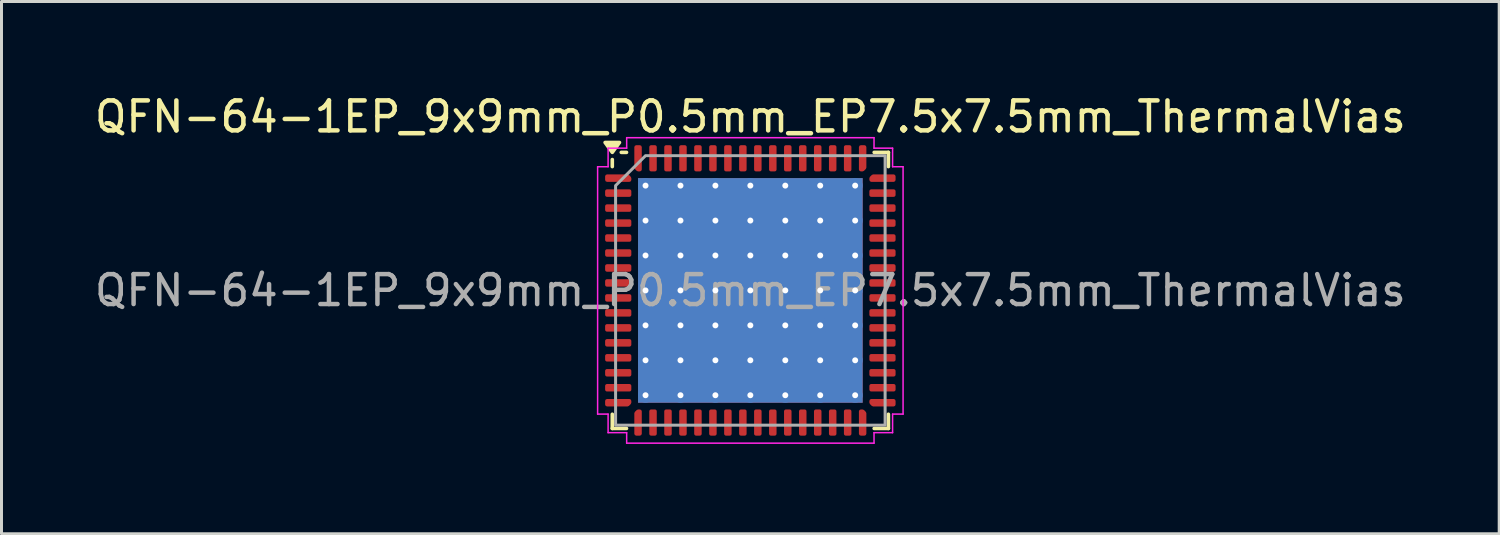
<source format=kicad_pcb>
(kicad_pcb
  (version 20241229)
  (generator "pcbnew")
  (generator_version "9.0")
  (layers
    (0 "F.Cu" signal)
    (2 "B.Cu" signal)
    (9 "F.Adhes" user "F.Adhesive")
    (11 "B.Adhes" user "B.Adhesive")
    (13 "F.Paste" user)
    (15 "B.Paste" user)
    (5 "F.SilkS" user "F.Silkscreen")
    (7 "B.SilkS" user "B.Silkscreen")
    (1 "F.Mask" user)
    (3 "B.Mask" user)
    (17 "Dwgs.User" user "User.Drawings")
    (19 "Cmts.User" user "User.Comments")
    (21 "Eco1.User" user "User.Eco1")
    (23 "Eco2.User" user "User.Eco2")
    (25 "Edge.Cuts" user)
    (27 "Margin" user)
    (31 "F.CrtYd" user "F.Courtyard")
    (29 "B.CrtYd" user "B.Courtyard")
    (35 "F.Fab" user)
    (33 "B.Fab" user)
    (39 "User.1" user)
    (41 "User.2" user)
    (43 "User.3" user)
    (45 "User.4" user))
  (footprint "QFN-64-1EP_9x9mm_P0.5mm_EP7.5x7.5mm_ThermalVias"
    (layer "F.Cu")
    (at 22.006 6.648)
    (property "Reference" "QFN-64-1EP_9x9mm_P0.5mm_EP7.5x7.5mm_ThermalVias" (at 0 -5.8 0) (layer "F.SilkS") (effects (font (size 1 1) (thickness 0.15))))
    (attr smd)
    (fp_line (start -4.61 -4.135) (end -4.61 -4.37) (stroke (width 0.12) (type solid)) (layer "F.SilkS"))
    (fp_line (start -4.61 4.61) (end -4.61 4.135) (stroke (width 0.12) (type solid)) (layer "F.SilkS"))
    (fp_line (start -4.135 -4.61) (end -4.31 -4.61) (stroke (width 0.12) (type solid)) (layer "F.SilkS"))
    (fp_line (start -4.135 4.61) (end -4.61 4.61) (stroke (width 0.12) (type solid)) (layer "F.SilkS"))
    (fp_line (start 4.135 -4.61) (end 4.61 -4.61) (stroke (width 0.12) (type solid)) (layer "F.SilkS"))
    (fp_line (start 4.135 4.61) (end 4.61 4.61) (stroke (width 0.12) (type solid)) (layer "F.SilkS"))
    (fp_line (start 4.61 -4.61) (end 4.61 -4.135) (stroke (width 0.12) (type solid)) (layer "F.SilkS"))
    (fp_line (start 4.61 4.61) (end 4.61 4.135) (stroke (width 0.12) (type solid)) (layer "F.SilkS"))
    (fp_poly (pts (xy -4.61 -4.61) (xy -4.85 -4.94) (xy -4.37 -4.94)) (stroke (width 0.12) (type solid)) (fill yes) (layer "F.SilkS"))
    (fp_line (start -5.1 -4.13) (end -4.75 -4.13) (stroke (width 0.05) (type solid)) (layer "F.CrtYd"))
    (fp_line (start -5.1 4.13) (end -5.1 -4.13) (stroke (width 0.05) (type solid)) (layer "F.CrtYd"))
    (fp_line (start -4.75 -4.75) (end -4.13 -4.75) (stroke (width 0.05) (type solid)) (layer "F.CrtYd"))
    (fp_line (start -4.75 -4.13) (end -4.75 -4.75) (stroke (width 0.05) (type solid)) (layer "F.CrtYd"))
    (fp_line (start -4.75 4.13) (end -5.1 4.13) (stroke (width 0.05) (type solid)) (layer "F.CrtYd"))
    (fp_line (start -4.75 4.75) (end -4.75 4.13) (stroke (width 0.05) (type solid)) (layer "F.CrtYd"))
    (fp_line (start -4.13 -5.1) (end 4.13 -5.1) (stroke (width 0.05) (type solid)) (layer "F.CrtYd"))
    (fp_line (start -4.13 -4.75) (end -4.13 -5.1) (stroke (width 0.05) (type solid)) (layer "F.CrtYd"))
    (fp_line (start -4.13 4.75) (end -4.75 4.75) (stroke (width 0.05) (type solid)) (layer "F.CrtYd"))
    (fp_line (start -4.13 5.1) (end -4.13 4.75) (stroke (width 0.05) (type solid)) (layer "F.CrtYd"))
    (fp_line (start 4.13 -5.1) (end 4.13 -4.75) (stroke (width 0.05) (type solid)) (layer "F.CrtYd"))
    (fp_line (start 4.13 -4.75) (end 4.75 -4.75) (stroke (width 0.05) (type solid)) (layer "F.CrtYd"))
    (fp_line (start 4.13 4.75) (end 4.13 5.1) (stroke (width 0.05) (type solid)) (layer "F.CrtYd"))
    (fp_line (start 4.13 5.1) (end -4.13 5.1) (stroke (width 0.05) (type solid)) (layer "F.CrtYd"))
    (fp_line (start 4.75 -4.75) (end 4.75 -4.13) (stroke (width 0.05) (type solid)) (layer "F.CrtYd"))
    (fp_line (start 4.75 -4.13) (end 5.1 -4.13) (stroke (width 0.05) (type solid)) (layer "F.CrtYd"))
    (fp_line (start 4.75 4.13) (end 4.75 4.75) (stroke (width 0.05) (type solid)) (layer "F.CrtYd"))
    (fp_line (start 4.75 4.75) (end 4.13 4.75) (stroke (width 0.05) (type solid)) (layer "F.CrtYd"))
    (fp_line (start 5.1 -4.13) (end 5.1 4.13) (stroke (width 0.05) (type solid)) (layer "F.CrtYd"))
    (fp_line (start 5.1 4.13) (end 4.75 4.13) (stroke (width 0.05) (type solid)) (layer "F.CrtYd"))
    (fp_poly (pts (xy -4.5 -3.5) (xy -4.5 4.5) (xy 4.5 4.5) (xy 4.5 -4.5) (xy -3.5 -4.5)) (stroke (width 0.1) (type solid)) (fill no) (layer "F.Fab"))
    (fp_text user "${REFERENCE}" (at 0 0 0) (layer "F.Fab") (effects (font (size 1 1) (thickness 0.15))))
    (pad "" smd roundrect (at -3.125 -3.125) (size 1.01 1.01) (layers "F.Paste") (roundrect_rratio 0.248))
    (pad "" smd roundrect (at -3.125 -1.875) (size 1.01 1.01) (layers "F.Paste") (roundrect_rratio 0.248))
    (pad "" smd roundrect (at -3.125 -0.625) (size 1.01 1.01) (layers "F.Paste") (roundrect_rratio 0.248))
    (pad "" smd roundrect (at -3.125 0.625) (size 1.01 1.01) (layers "F.Paste") (roundrect_rratio 0.248))
    (pad "" smd roundrect (at -3.125 1.875) (size 1.01 1.01) (layers "F.Paste") (roundrect_rratio 0.248))
    (pad "" smd roundrect (at -3.125 3.125) (size 1.01 1.01) (layers "F.Paste") (roundrect_rratio 0.248))
    (pad "" smd roundrect (at -1.875 -3.125) (size 1.01 1.01) (layers "F.Paste") (roundrect_rratio 0.248))
    (pad "" smd roundrect (at -1.875 -1.875) (size 1.01 1.01) (layers "F.Paste") (roundrect_rratio 0.248))
    (pad "" smd roundrect (at -1.875 -0.625) (size 1.01 1.01) (layers "F.Paste") (roundrect_rratio 0.248))
    (pad "" smd roundrect (at -1.875 0.625) (size 1.01 1.01) (layers "F.Paste") (roundrect_rratio 0.248))
    (pad "" smd roundrect (at -1.875 1.875) (size 1.01 1.01) (layers "F.Paste") (roundrect_rratio 0.248))
    (pad "" smd roundrect (at -1.875 3.125) (size 1.01 1.01) (layers "F.Paste") (roundrect_rratio 0.248))
    (pad "" smd roundrect (at -0.625 -3.125) (size 1.01 1.01) (layers "F.Paste") (roundrect_rratio 0.248))
    (pad "" smd roundrect (at -0.625 -1.875) (size 1.01 1.01) (layers "F.Paste") (roundrect_rratio 0.248))
    (pad "" smd roundrect (at -0.625 -0.625) (size 1.01 1.01) (layers "F.Paste") (roundrect_rratio 0.248))
    (pad "" smd roundrect (at -0.625 0.625) (size 1.01 1.01) (layers "F.Paste") (roundrect_rratio 0.248))
    (pad "" smd roundrect (at -0.625 1.875) (size 1.01 1.01) (layers "F.Paste") (roundrect_rratio 0.248))
    (pad "" smd roundrect (at -0.625 3.125) (size 1.01 1.01) (layers "F.Paste") (roundrect_rratio 0.248))
    (pad "" smd roundrect (at 0.625 -3.125) (size 1.01 1.01) (layers "F.Paste") (roundrect_rratio 0.248))
    (pad "" smd roundrect (at 0.625 -1.875) (size 1.01 1.01) (layers "F.Paste") (roundrect_rratio 0.248))
    (pad "" smd roundrect (at 0.625 -0.625) (size 1.01 1.01) (layers "F.Paste") (roundrect_rratio 0.248))
    (pad "" smd roundrect (at 0.625 0.625) (size 1.01 1.01) (layers "F.Paste") (roundrect_rratio 0.248))
    (pad "" smd roundrect (at 0.625 1.875) (size 1.01 1.01) (layers "F.Paste") (roundrect_rratio 0.248))
    (pad "" smd roundrect (at 0.625 3.125) (size 1.01 1.01) (layers "F.Paste") (roundrect_rratio 0.248))
    (pad "" smd roundrect (at 1.875 -3.125) (size 1.01 1.01) (layers "F.Paste") (roundrect_rratio 0.248))
    (pad "" smd roundrect (at 1.875 -1.875) (size 1.01 1.01) (layers "F.Paste") (roundrect_rratio 0.248))
    (pad "" smd roundrect (at 1.875 -0.625) (size 1.01 1.01) (layers "F.Paste") (roundrect_rratio 0.248))
    (pad "" smd roundrect (at 1.875 0.625) (size 1.01 1.01) (layers "F.Paste") (roundrect_rratio 0.248))
    (pad "" smd roundrect (at 1.875 1.875) (size 1.01 1.01) (layers "F.Paste") (roundrect_rratio 0.248))
    (pad "" smd roundrect (at 1.875 3.125) (size 1.01 1.01) (layers "F.Paste") (roundrect_rratio 0.248))
    (pad "" smd roundrect (at 3.125 -3.125) (size 1.01 1.01) (layers "F.Paste") (roundrect_rratio 0.248))
    (pad "" smd roundrect (at 3.125 -1.875) (size 1.01 1.01) (layers "F.Paste") (roundrect_rratio 0.248))
    (pad "" smd roundrect (at 3.125 -0.625) (size 1.01 1.01) (layers "F.Paste") (roundrect_rratio 0.248))
    (pad "" smd roundrect (at 3.125 0.625) (size 1.01 1.01) (layers "F.Paste") (roundrect_rratio 0.248))
    (pad "" smd roundrect (at 3.125 1.875) (size 1.01 1.01) (layers "F.Paste") (roundrect_rratio 0.248))
    (pad "" smd roundrect (at 3.125 3.125) (size 1.01 1.01) (layers "F.Paste") (roundrect_rratio 0.248))
    (pad "1" smd custom (at -4.412 -3.75) (size 0.179 0.179) (layers "F.Cu" "F.Mask" "F.Paste") (options (anchor circle)) (primitives (gr_poly (pts (xy -0.375 -0.062) (xy 0.312 -0.062) (xy 0.375 0.001) (xy 0.375 0.062) (xy -0.375 0.062)) (width 0.125) (fill yes))))
    (pad "2" smd roundrect (at -4.412 -3.25) (size 0.875 0.25) (layers "F.Cu" "F.Mask" "F.Paste") (roundrect_rratio 0.25))
    (pad "3" smd roundrect (at -4.412 -2.75) (size 0.875 0.25) (layers "F.Cu" "F.Mask" "F.Paste") (roundrect_rratio 0.25))
    (pad "4" smd roundrect (at -4.412 -2.25) (size 0.875 0.25) (layers "F.Cu" "F.Mask" "F.Paste") (roundrect_rratio 0.25))
    (pad "5" smd roundrect (at -4.412 -1.75) (size 0.875 0.25) (layers "F.Cu" "F.Mask" "F.Paste") (roundrect_rratio 0.25))
    (pad "6" smd roundrect (at -4.412 -1.25) (size 0.875 0.25) (layers "F.Cu" "F.Mask" "F.Paste") (roundrect_rratio 0.25))
    (pad "7" smd roundrect (at -4.412 -0.75) (size 0.875 0.25) (layers "F.Cu" "F.Mask" "F.Paste") (roundrect_rratio 0.25))
    (pad "8" smd roundrect (at -4.412 -0.25) (size 0.875 0.25) (layers "F.Cu" "F.Mask" "F.Paste") (roundrect_rratio 0.25))
    (pad "9" smd roundrect (at -4.412 0.25) (size 0.875 0.25) (layers "F.Cu" "F.Mask" "F.Paste") (roundrect_rratio 0.25))
    (pad "10" smd roundrect (at -4.412 0.75) (size 0.875 0.25) (layers "F.Cu" "F.Mask" "F.Paste") (roundrect_rratio 0.25))
    (pad "11" smd roundrect (at -4.412 1.25) (size 0.875 0.25) (layers "F.Cu" "F.Mask" "F.Paste") (roundrect_rratio 0.25))
    (pad "12" smd roundrect (at -4.412 1.75) (size 0.875 0.25) (layers "F.Cu" "F.Mask" "F.Paste") (roundrect_rratio 0.25))
    (pad "13" smd roundrect (at -4.412 2.25) (size 0.875 0.25) (layers "F.Cu" "F.Mask" "F.Paste") (roundrect_rratio 0.25))
    (pad "14" smd roundrect (at -4.412 2.75) (size 0.875 0.25) (layers "F.Cu" "F.Mask" "F.Paste") (roundrect_rratio 0.25))
    (pad "15" smd roundrect (at -4.412 3.25) (size 0.875 0.25) (layers "F.Cu" "F.Mask" "F.Paste") (roundrect_rratio 0.25))
    (pad "16" smd custom (at -4.412 3.75) (size 0.179 0.179) (layers "F.Cu" "F.Mask" "F.Paste") (options (anchor circle)) (primitives (gr_poly (pts (xy -0.375 -0.062) (xy 0.375 -0.062) (xy 0.375 -0.001) (xy 0.312 0.062) (xy -0.375 0.062)) (width 0.125) (fill yes))))
    (pad "17" smd custom (at -3.75 4.412) (size 0.179 0.179) (layers "F.Cu" "F.Mask" "F.Paste") (options (anchor circle)) (primitives (gr_poly (pts (xy -0.062 -0.312) (xy 0.001 -0.375) (xy 0.062 -0.375) (xy 0.062 0.375) (xy -0.062 0.375)) (width 0.125) (fill yes))))
    (pad "18" smd roundrect (at -3.25 4.412) (size 0.25 0.875) (layers "F.Cu" "F.Mask" "F.Paste") (roundrect_rratio 0.25))
    (pad "19" smd roundrect (at -2.75 4.412) (size 0.25 0.875) (layers "F.Cu" "F.Mask" "F.Paste") (roundrect_rratio 0.25))
    (pad "20" smd roundrect (at -2.25 4.412) (size 0.25 0.875) (layers "F.Cu" "F.Mask" "F.Paste") (roundrect_rratio 0.25))
    (pad "21" smd roundrect (at -1.75 4.412) (size 0.25 0.875) (layers "F.Cu" "F.Mask" "F.Paste") (roundrect_rratio 0.25))
    (pad "22" smd roundrect (at -1.25 4.412) (size 0.25 0.875) (layers "F.Cu" "F.Mask" "F.Paste") (roundrect_rratio 0.25))
    (pad "23" smd roundrect (at -0.75 4.412) (size 0.25 0.875) (layers "F.Cu" "F.Mask" "F.Paste") (roundrect_rratio 0.25))
    (pad "24" smd roundrect (at -0.25 4.412) (size 0.25 0.875) (layers "F.Cu" "F.Mask" "F.Paste") (roundrect_rratio 0.25))
    (pad "25" smd roundrect (at 0.25 4.412) (size 0.25 0.875) (layers "F.Cu" "F.Mask" "F.Paste") (roundrect_rratio 0.25))
    (pad "26" smd roundrect (at 0.75 4.412) (size 0.25 0.875) (layers "F.Cu" "F.Mask" "F.Paste") (roundrect_rratio 0.25))
    (pad "27" smd roundrect (at 1.25 4.412) (size 0.25 0.875) (layers "F.Cu" "F.Mask" "F.Paste") (roundrect_rratio 0.25))
    (pad "28" smd roundrect (at 1.75 4.412) (size 0.25 0.875) (layers "F.Cu" "F.Mask" "F.Paste") (roundrect_rratio 0.25))
    (pad "29" smd roundrect (at 2.25 4.412) (size 0.25 0.875) (layers "F.Cu" "F.Mask" "F.Paste") (roundrect_rratio 0.25))
    (pad "30" smd roundrect (at 2.75 4.412) (size 0.25 0.875) (layers "F.Cu" "F.Mask" "F.Paste") (roundrect_rratio 0.25))
    (pad "31" smd roundrect (at 3.25 4.412) (size 0.25 0.875) (layers "F.Cu" "F.Mask" "F.Paste") (roundrect_rratio 0.25))
    (pad "32" smd custom (at 3.75 4.412) (size 0.179 0.179) (layers "F.Cu" "F.Mask" "F.Paste") (options (anchor circle)) (primitives (gr_poly (pts (xy -0.062 -0.375) (xy -0.001 -0.375) (xy 0.062 -0.312) (xy 0.062 0.375) (xy -0.062 0.375)) (width 0.125) (fill yes))))
    (pad "33" smd custom (at 4.412 3.75) (size 0.179 0.179) (layers "F.Cu" "F.Mask" "F.Paste") (options (anchor circle)) (primitives (gr_poly (pts (xy -0.375 -0.062) (xy 0.375 -0.062) (xy 0.375 0.062) (xy -0.312 0.062) (xy -0.375 -0.001)) (width 0.125) (fill yes))))
    (pad "34" smd roundrect (at 4.412 3.25) (size 0.875 0.25) (layers "F.Cu" "F.Mask" "F.Paste") (roundrect_rratio 0.25))
    (pad "35" smd roundrect (at 4.412 2.75) (size 0.875 0.25) (layers "F.Cu" "F.Mask" "F.Paste") (roundrect_rratio 0.25))
    (pad "36" smd roundrect (at 4.412 2.25) (size 0.875 0.25) (layers "F.Cu" "F.Mask" "F.Paste") (roundrect_rratio 0.25))
    (pad "37" smd roundrect (at 4.412 1.75) (size 0.875 0.25) (layers "F.Cu" "F.Mask" "F.Paste") (roundrect_rratio 0.25))
    (pad "38" smd roundrect (at 4.412 1.25) (size 0.875 0.25) (layers "F.Cu" "F.Mask" "F.Paste") (roundrect_rratio 0.25))
    (pad "39" smd roundrect (at 4.412 0.75) (size 0.875 0.25) (layers "F.Cu" "F.Mask" "F.Paste") (roundrect_rratio 0.25))
    (pad "40" smd roundrect (at 4.412 0.25) (size 0.875 0.25) (layers "F.Cu" "F.Mask" "F.Paste") (roundrect_rratio 0.25))
    (pad "41" smd roundrect (at 4.412 -0.25) (size 0.875 0.25) (layers "F.Cu" "F.Mask" "F.Paste") (roundrect_rratio 0.25))
    (pad "42" smd roundrect (at 4.412 -0.75) (size 0.875 0.25) (layers "F.Cu" "F.Mask" "F.Paste") (roundrect_rratio 0.25))
    (pad "43" smd roundrect (at 4.412 -1.25) (size 0.875 0.25) (layers "F.Cu" "F.Mask" "F.Paste") (roundrect_rratio 0.25))
    (pad "44" smd roundrect (at 4.412 -1.75) (size 0.875 0.25) (layers "F.Cu" "F.Mask" "F.Paste") (roundrect_rratio 0.25))
    (pad "45" smd roundrect (at 4.412 -2.25) (size 0.875 0.25) (layers "F.Cu" "F.Mask" "F.Paste") (roundrect_rratio 0.25))
    (pad "46" smd roundrect (at 4.412 -2.75) (size 0.875 0.25) (layers "F.Cu" "F.Mask" "F.Paste") (roundrect_rratio 0.25))
    (pad "47" smd roundrect (at 4.412 -3.25) (size 0.875 0.25) (layers "F.Cu" "F.Mask" "F.Paste") (roundrect_rratio 0.25))
    (pad "48" smd custom (at 4.412 -3.75) (size 0.179 0.179) (layers "F.Cu" "F.Mask" "F.Paste") (options (anchor circle)) (primitives (gr_poly (pts (xy -0.375 0.001) (xy -0.312 -0.062) (xy 0.375 -0.062) (xy 0.375 0.062) (xy -0.375 0.062)) (width 0.125) (fill yes))))
    (pad "49" smd custom (at 3.75 -4.412) (size 0.179 0.179) (layers "F.Cu" "F.Mask" "F.Paste") (options (anchor circle)) (primitives (gr_poly (pts (xy -0.062 -0.375) (xy 0.062 -0.375) (xy 0.062 0.312) (xy -0.001 0.375) (xy -0.062 0.375)) (width 0.125) (fill yes))))
    (pad "50" smd roundrect (at 3.25 -4.412) (size 0.25 0.875) (layers "F.Cu" "F.Mask" "F.Paste") (roundrect_rratio 0.25))
    (pad "51" smd roundrect (at 2.75 -4.412) (size 0.25 0.875) (layers "F.Cu" "F.Mask" "F.Paste") (roundrect_rratio 0.25))
    (pad "52" smd roundrect (at 2.25 -4.412) (size 0.25 0.875) (layers "F.Cu" "F.Mask" "F.Paste") (roundrect_rratio 0.25))
    (pad "53" smd roundrect (at 1.75 -4.412) (size 0.25 0.875) (layers "F.Cu" "F.Mask" "F.Paste") (roundrect_rratio 0.25))
    (pad "54" smd roundrect (at 1.25 -4.412) (size 0.25 0.875) (layers "F.Cu" "F.Mask" "F.Paste") (roundrect_rratio 0.25))
    (pad "55" smd roundrect (at 0.75 -4.412) (size 0.25 0.875) (layers "F.Cu" "F.Mask" "F.Paste") (roundrect_rratio 0.25))
    (pad "56" smd roundrect (at 0.25 -4.412) (size 0.25 0.875) (layers "F.Cu" "F.Mask" "F.Paste") (roundrect_rratio 0.25))
    (pad "57" smd roundrect (at -0.25 -4.412) (size 0.25 0.875) (layers "F.Cu" "F.Mask" "F.Paste") (roundrect_rratio 0.25))
    (pad "58" smd roundrect (at -0.75 -4.412) (size 0.25 0.875) (layers "F.Cu" "F.Mask" "F.Paste") (roundrect_rratio 0.25))
    (pad "59" smd roundrect (at -1.25 -4.412) (size 0.25 0.875) (layers "F.Cu" "F.Mask" "F.Paste") (roundrect_rratio 0.25))
    (pad "60" smd roundrect (at -1.75 -4.412) (size 0.25 0.875) (layers "F.Cu" "F.Mask" "F.Paste") (roundrect_rratio 0.25))
    (pad "61" smd roundrect (at -2.25 -4.412) (size 0.25 0.875) (layers "F.Cu" "F.Mask" "F.Paste") (roundrect_rratio 0.25))
    (pad "62" smd roundrect (at -2.75 -4.412) (size 0.25 0.875) (layers "F.Cu" "F.Mask" "F.Paste") (roundrect_rratio 0.25))
    (pad "63" smd roundrect (at -3.25 -4.412) (size 0.25 0.875) (layers "F.Cu" "F.Mask" "F.Paste") (roundrect_rratio 0.25))
    (pad "64" smd custom (at -3.75 -4.412) (size 0.179 0.179) (layers "F.Cu" "F.Mask" "F.Paste") (options (anchor circle)) (primitives (gr_poly (pts (xy -0.062 -0.375) (xy 0.062 -0.375) (xy 0.062 0.375) (xy 0.001 0.375) (xy -0.062 0.312)) (width 0.125) (fill yes))))
    (pad "65" thru_hole circle (at -3.5 -3.5) (size 0.5 0.5) (drill 0.2) (property pad_prop_heatsink) (layers "*.Cu"))
    (pad "65" thru_hole circle (at -3.5 -2.333) (size 0.5 0.5) (drill 0.2) (property pad_prop_heatsink) (layers "*.Cu"))
    (pad "65" thru_hole circle (at -3.5 -1.167) (size 0.5 0.5) (drill 0.2) (property pad_prop_heatsink) (layers "*.Cu"))
    (pad "65" thru_hole circle (at -3.5 0) (size 0.5 0.5) (drill 0.2) (property pad_prop_heatsink) (layers "*.Cu"))
    (pad "65" thru_hole circle (at -3.5 1.167) (size 0.5 0.5) (drill 0.2) (property pad_prop_heatsink) (layers "*.Cu"))
    (pad "65" thru_hole circle (at -3.5 2.333) (size 0.5 0.5) (drill 0.2) (property pad_prop_heatsink) (layers "*.Cu"))
    (pad "65" thru_hole circle (at -3.5 3.5) (size 0.5 0.5) (drill 0.2) (property pad_prop_heatsink) (layers "*.Cu"))
    (pad "65" thru_hole circle (at -2.333 -3.5) (size 0.5 0.5) (drill 0.2) (property pad_prop_heatsink) (layers "*.Cu"))
    (pad "65" thru_hole circle (at -2.333 -2.333) (size 0.5 0.5) (drill 0.2) (property pad_prop_heatsink) (layers "*.Cu"))
    (pad "65" thru_hole circle (at -2.333 -1.167) (size 0.5 0.5) (drill 0.2) (property pad_prop_heatsink) (layers "*.Cu"))
    (pad "65" thru_hole circle (at -2.333 0) (size 0.5 0.5) (drill 0.2) (property pad_prop_heatsink) (layers "*.Cu"))
    (pad "65" thru_hole circle (at -2.333 1.167) (size 0.5 0.5) (drill 0.2) (property pad_prop_heatsink) (layers "*.Cu"))
    (pad "65" thru_hole circle (at -2.333 2.333) (size 0.5 0.5) (drill 0.2) (property pad_prop_heatsink) (layers "*.Cu"))
    (pad "65" thru_hole circle (at -2.333 3.5) (size 0.5 0.5) (drill 0.2) (property pad_prop_heatsink) (layers "*.Cu"))
    (pad "65" thru_hole circle (at -1.167 -3.5) (size 0.5 0.5) (drill 0.2) (property pad_prop_heatsink) (layers "*.Cu"))
    (pad "65" thru_hole circle (at -1.167 -2.333) (size 0.5 0.5) (drill 0.2) (property pad_prop_heatsink) (layers "*.Cu"))
    (pad "65" thru_hole circle (at -1.167 -1.167) (size 0.5 0.5) (drill 0.2) (property pad_prop_heatsink) (layers "*.Cu"))
    (pad "65" thru_hole circle (at -1.167 0) (size 0.5 0.5) (drill 0.2) (property pad_prop_heatsink) (layers "*.Cu"))
    (pad "65" thru_hole circle (at -1.167 1.167) (size 0.5 0.5) (drill 0.2) (property pad_prop_heatsink) (layers "*.Cu"))
    (pad "65" thru_hole circle (at -1.167 2.333) (size 0.5 0.5) (drill 0.2) (property pad_prop_heatsink) (layers "*.Cu"))
    (pad "65" thru_hole circle (at -1.167 3.5) (size 0.5 0.5) (drill 0.2) (property pad_prop_heatsink) (layers "*.Cu"))
    (pad "65" thru_hole circle (at 0 -3.5) (size 0.5 0.5) (drill 0.2) (property pad_prop_heatsink) (layers "*.Cu"))
    (pad "65" thru_hole circle (at 0 -2.333) (size 0.5 0.5) (drill 0.2) (property pad_prop_heatsink) (layers "*.Cu"))
    (pad "65" thru_hole circle (at 0 -1.167) (size 0.5 0.5) (drill 0.2) (property pad_prop_heatsink) (layers "*.Cu"))
    (pad "65" thru_hole circle (at 0 0) (size 0.5 0.5) (drill 0.2) (property pad_prop_heatsink) (layers "*.Cu"))
    (pad "65" smd rect (at 0 0) (size 7.5 7.5) (property pad_prop_heatsink) (layers "F.Cu" "F.Mask"))
    (pad "65" smd rect (at 0 0) (size 7.5 7.5) (property pad_prop_heatsink) (layers "B.Cu"))
    (pad "65" thru_hole circle (at 0 1.167) (size 0.5 0.5) (drill 0.2) (property pad_prop_heatsink) (layers "*.Cu"))
    (pad "65" thru_hole circle (at 0 2.333) (size 0.5 0.5) (drill 0.2) (property pad_prop_heatsink) (layers "*.Cu"))
    (pad "65" thru_hole circle (at 0 3.5) (size 0.5 0.5) (drill 0.2) (property pad_prop_heatsink) (layers "*.Cu"))
    (pad "65" thru_hole circle (at 1.167 -3.5) (size 0.5 0.5) (drill 0.2) (property pad_prop_heatsink) (layers "*.Cu"))
    (pad "65" thru_hole circle (at 1.167 -2.333) (size 0.5 0.5) (drill 0.2) (property pad_prop_heatsink) (layers "*.Cu"))
    (pad "65" thru_hole circle (at 1.167 -1.167) (size 0.5 0.5) (drill 0.2) (property pad_prop_heatsink) (layers "*.Cu"))
    (pad "65" thru_hole circle (at 1.167 0) (size 0.5 0.5) (drill 0.2) (property pad_prop_heatsink) (layers "*.Cu"))
    (pad "65" thru_hole circle (at 1.167 1.167) (size 0.5 0.5) (drill 0.2) (property pad_prop_heatsink) (layers "*.Cu"))
    (pad "65" thru_hole circle (at 1.167 2.333) (size 0.5 0.5) (drill 0.2) (property pad_prop_heatsink) (layers "*.Cu"))
    (pad "65" thru_hole circle (at 1.167 3.5) (size 0.5 0.5) (drill 0.2) (property pad_prop_heatsink) (layers "*.Cu"))
    (pad "65" thru_hole circle (at 2.333 -3.5) (size 0.5 0.5) (drill 0.2) (property pad_prop_heatsink) (layers "*.Cu"))
    (pad "65" thru_hole circle (at 2.333 -2.333) (size 0.5 0.5) (drill 0.2) (property pad_prop_heatsink) (layers "*.Cu"))
    (pad "65" thru_hole circle (at 2.333 -1.167) (size 0.5 0.5) (drill 0.2) (property pad_prop_heatsink) (layers "*.Cu"))
    (pad "65" thru_hole circle (at 2.333 0) (size 0.5 0.5) (drill 0.2) (property pad_prop_heatsink) (layers "*.Cu"))
    (pad "65" thru_hole circle (at 2.333 1.167) (size 0.5 0.5) (drill 0.2) (property pad_prop_heatsink) (layers "*.Cu"))
    (pad "65" thru_hole circle (at 2.333 2.333) (size 0.5 0.5) (drill 0.2) (property pad_prop_heatsink) (layers "*.Cu"))
    (pad "65" thru_hole circle (at 2.333 3.5) (size 0.5 0.5) (drill 0.2) (property pad_prop_heatsink) (layers "*.Cu"))
    (pad "65" thru_hole circle (at 3.5 -3.5) (size 0.5 0.5) (drill 0.2) (property pad_prop_heatsink) (layers "*.Cu"))
    (pad "65" thru_hole circle (at 3.5 -2.333) (size 0.5 0.5) (drill 0.2) (property pad_prop_heatsink) (layers "*.Cu"))
    (pad "65" thru_hole circle (at 3.5 -1.167) (size 0.5 0.5) (drill 0.2) (property pad_prop_heatsink) (layers "*.Cu"))
    (pad "65" thru_hole circle (at 3.5 0) (size 0.5 0.5) (drill 0.2) (property pad_prop_heatsink) (layers "*.Cu"))
    (pad "65" thru_hole circle (at 3.5 1.167) (size 0.5 0.5) (drill 0.2) (property pad_prop_heatsink) (layers "*.Cu"))
    (pad "65" thru_hole circle (at 3.5 2.333) (size 0.5 0.5) (drill 0.2) (property pad_prop_heatsink) (layers "*.Cu"))
    (pad "65" thru_hole circle (at 3.5 3.5) (size 0.5 0.5) (drill 0.2) (property pad_prop_heatsink) (layers "*.Cu")))
  (gr_rect
    (start -3 -3)
    (end 47.012 14.773)
    (stroke (width 0.1) (type default))
    (fill no)
    (layer "Edge.Cuts")))
</source>
